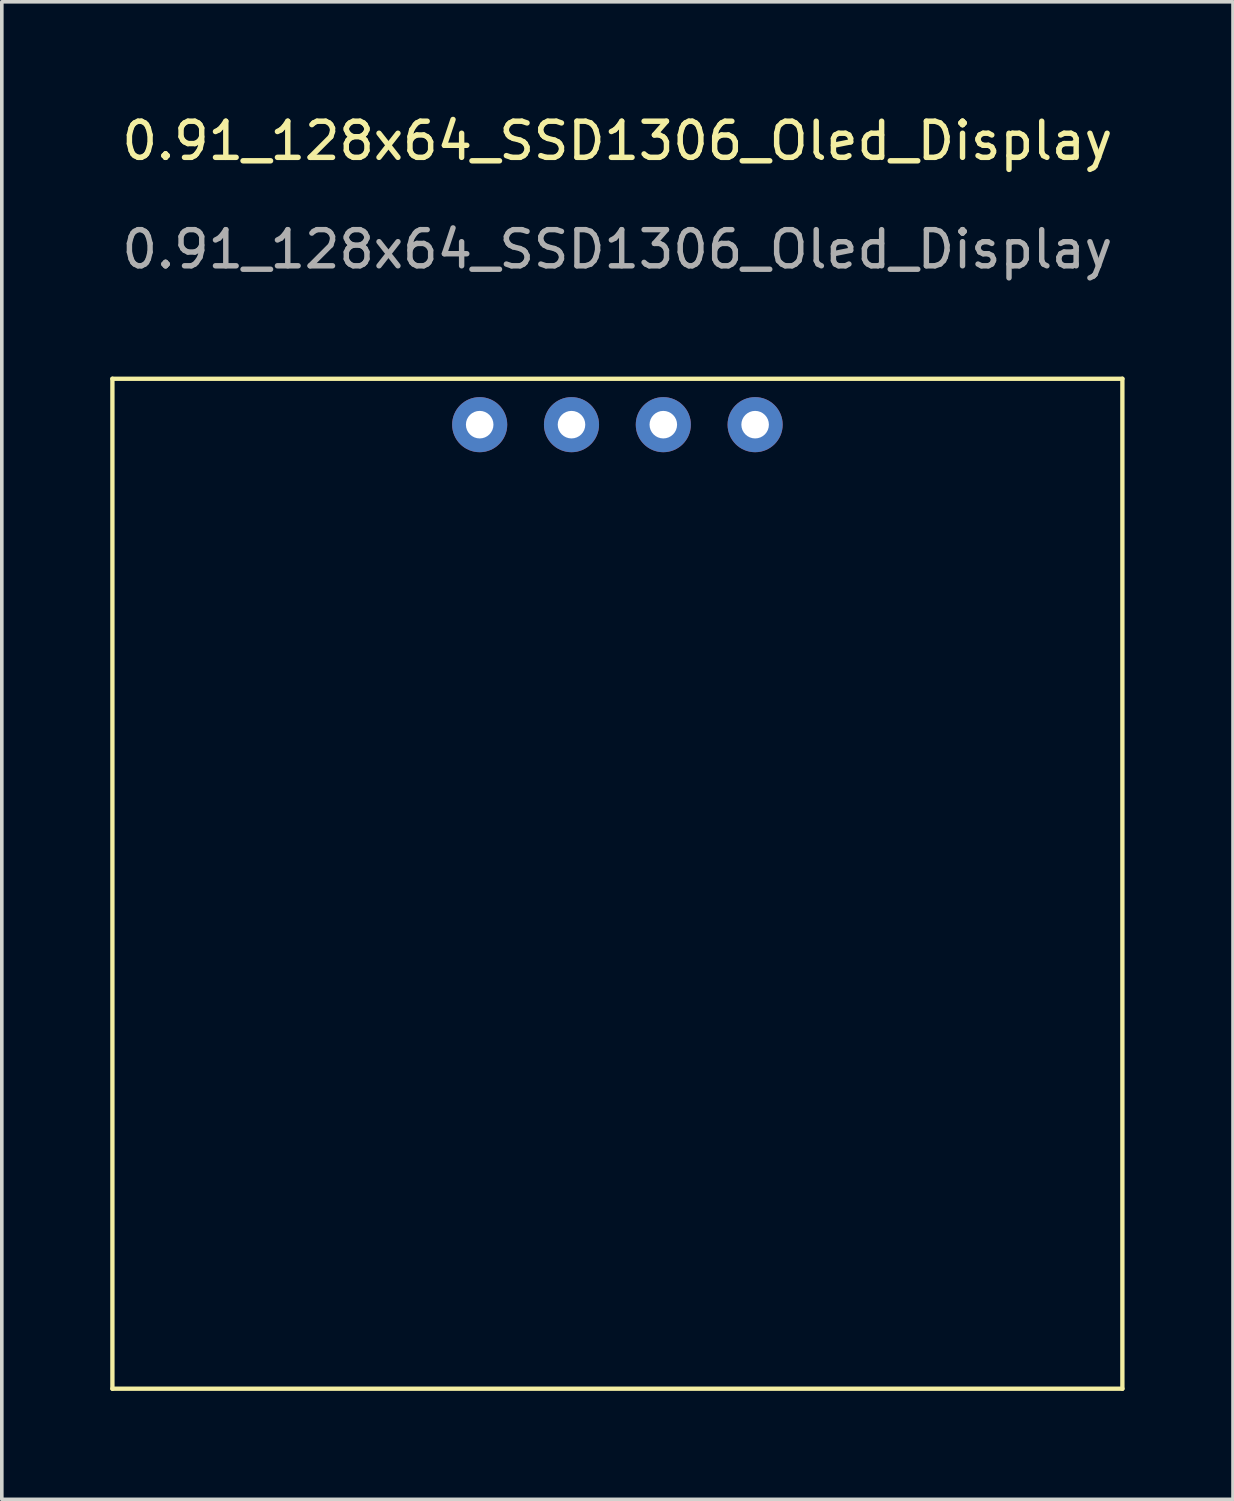
<source format=kicad_pcb>
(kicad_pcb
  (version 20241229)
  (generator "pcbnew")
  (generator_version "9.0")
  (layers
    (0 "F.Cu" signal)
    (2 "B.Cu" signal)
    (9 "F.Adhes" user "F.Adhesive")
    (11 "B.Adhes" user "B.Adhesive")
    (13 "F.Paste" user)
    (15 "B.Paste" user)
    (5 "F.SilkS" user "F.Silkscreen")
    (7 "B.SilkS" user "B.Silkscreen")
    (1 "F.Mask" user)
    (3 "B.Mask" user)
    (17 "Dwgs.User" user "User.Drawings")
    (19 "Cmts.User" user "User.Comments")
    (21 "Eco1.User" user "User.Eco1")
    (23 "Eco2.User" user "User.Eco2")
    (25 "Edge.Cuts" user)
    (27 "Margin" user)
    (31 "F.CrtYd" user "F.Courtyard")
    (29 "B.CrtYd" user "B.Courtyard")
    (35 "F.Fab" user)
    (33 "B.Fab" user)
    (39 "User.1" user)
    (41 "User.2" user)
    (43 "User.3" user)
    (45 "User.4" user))
  (footprint "0.91_128x64_SSD1306_Oled_Display"
    (layer "F.Cu")
    (at 14.03 21.398)
    (property "Reference" "0.91_128x64_SSD1306_Oled_Display" (at 0 -20.55 0) (unlocked yes) (layer "F.SilkS") (effects (font (size 1 1) (thickness 0.15))))
    (attr through_hole)
    (fp_line (start -13.97 -13.97) (end 13.97 -13.97) (stroke (width 0.12) (type solid)) (layer "F.SilkS"))
    (fp_line (start -13.97 13.97) (end -13.97 -13.97) (stroke (width 0.12) (type solid)) (layer "F.SilkS"))
    (fp_line (start 13.97 -13.97) (end 13.97 13.97) (stroke (width 0.12) (type solid)) (layer "F.SilkS"))
    (fp_line (start 13.97 13.97) (end -13.97 13.97) (stroke (width 0.12) (type solid)) (layer "F.SilkS"))
    (fp_text user "${REFERENCE}" (at 0 -17.55 0) (unlocked yes) (layer "F.Fab") (effects (font (size 1 1) (thickness 0.15))))
    (pad "" np_thru_hole circle (at -11.43 -11.43) (size 0.001 0.001) (drill 2.5) (layers "*.Cu" "*.Mask"))
    (pad "" np_thru_hole circle (at -11.43 11.43) (size 0.001 0.001) (drill 2.5) (layers "*.Cu" "*.Mask"))
    (pad "" np_thru_hole circle (at 11.43 -11.43) (size 0.001 0.001) (drill 2.5) (layers "*.Cu" "*.Mask"))
    (pad "" np_thru_hole circle (at 11.43 11.43) (size 0.001 0.001) (drill 2.5) (layers "*.Cu" "*.Mask"))
    (pad "1" thru_hole circle (at -3.81 -12.7) (size 1.524 1.524) (drill 0.762) (layers "*.Cu" "*.Mask"))
    (pad "2" thru_hole circle (at -1.27 -12.7) (size 1.524 1.524) (drill 0.762) (layers "*.Cu" "*.Mask"))
    (pad "3" thru_hole circle (at 1.27 -12.7) (size 1.524 1.524) (drill 0.762) (layers "*.Cu" "*.Mask"))
    (pad "4" thru_hole circle (at 3.81 -12.7) (size 1.524 1.524) (drill 0.762) (layers "*.Cu" "*.Mask")))
  (gr_rect
    (start -3 -3)
    (end 31.06 38.428)
    (stroke (width 0.1) (type default))
    (fill no)
    (layer "Edge.Cuts")))
</source>
